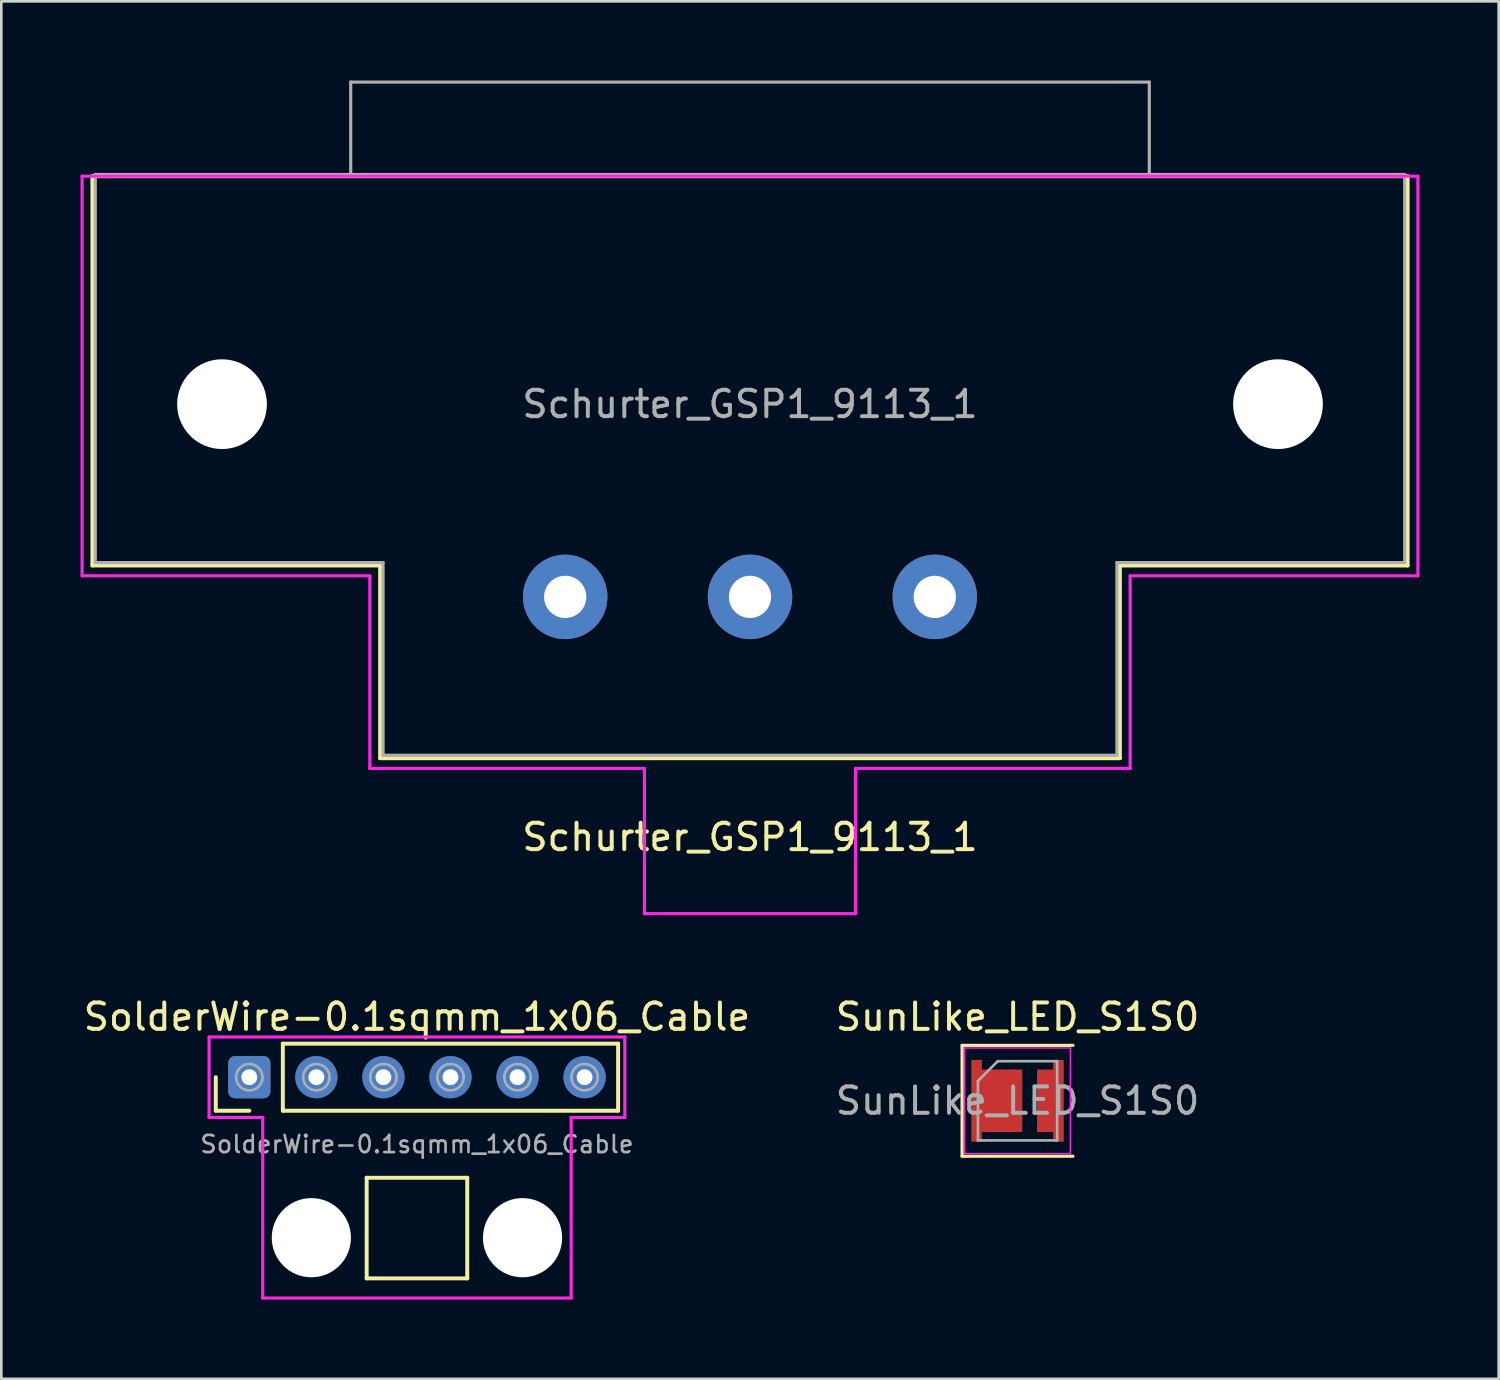
<source format=kicad_pcb>
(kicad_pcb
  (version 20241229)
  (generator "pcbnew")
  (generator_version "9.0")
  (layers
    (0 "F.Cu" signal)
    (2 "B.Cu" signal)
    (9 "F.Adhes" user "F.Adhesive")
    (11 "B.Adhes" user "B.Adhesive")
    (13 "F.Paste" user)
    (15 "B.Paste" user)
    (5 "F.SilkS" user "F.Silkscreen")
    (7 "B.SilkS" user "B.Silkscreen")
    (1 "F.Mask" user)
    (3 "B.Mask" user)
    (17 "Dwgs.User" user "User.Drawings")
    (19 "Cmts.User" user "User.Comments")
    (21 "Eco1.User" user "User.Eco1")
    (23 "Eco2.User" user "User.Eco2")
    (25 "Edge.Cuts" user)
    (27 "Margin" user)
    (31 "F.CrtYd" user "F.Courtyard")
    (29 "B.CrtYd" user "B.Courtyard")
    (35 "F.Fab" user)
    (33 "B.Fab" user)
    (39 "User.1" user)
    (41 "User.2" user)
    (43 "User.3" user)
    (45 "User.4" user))
  (footprint "SunLike_LED_S1S0"
    (layer "F.Cu")
    (at 35.494 38.648)
    (property "Reference" "SunLike_LED_S1S0" (at 0 -3.18 0) (layer "F.SilkS") (effects (font (size 1 1) (thickness 0.15))))
    (attr smd)
    (fp_line (start -2.1 -2.1) (end -2.1 2.1) (stroke (width 0.12) (type solid)) (layer "F.SilkS"))
    (fp_line (start -2.1 2.1) (end 2.1 2.1) (stroke (width 0.12) (type solid)) (layer "F.SilkS"))
    (fp_line (start 2.1 -2.1) (end -2.1 -2.1) (stroke (width 0.12) (type solid)) (layer "F.SilkS"))
    (fp_line (start -2 -2) (end 2 -2) (stroke (width 0.05) (type solid)) (layer "F.CrtYd"))
    (fp_line (start -2 2) (end -2 -2) (stroke (width 0.05) (type solid)) (layer "F.CrtYd"))
    (fp_line (start 2 -2) (end 2 2) (stroke (width 0.05) (type solid)) (layer "F.CrtYd"))
    (fp_line (start 2 2) (end -2 2) (stroke (width 0.05) (type solid)) (layer "F.CrtYd"))
    (fp_line (start -1.5 -0.75) (end -1.5 1.5) (stroke (width 0.1) (type solid)) (layer "F.Fab"))
    (fp_line (start -1.5 1.5) (end 1.5 1.5) (stroke (width 0.1) (type solid)) (layer "F.Fab"))
    (fp_line (start -0.75 -1.5) (end -1.5 -0.75) (stroke (width 0.1) (type solid)) (layer "F.Fab"))
    (fp_line (start 1.5 -1.5) (end -0.75 -1.5) (stroke (width 0.1) (type solid)) (layer "F.Fab"))
    (fp_line (start 1.5 1.5) (end 1.5 -1.5) (stroke (width 0.1) (type solid)) (layer "F.Fab"))
    (fp_text user "${REFERENCE}" (at 0 0 0) (layer "F.Fab") (effects (font (size 1 1) (thickness 0.15))))
    (pad "1" smd custom (at -0.785 0) (size 1 1) (layers "F.Cu" "F.Mask" "F.Paste") (options (anchor rect)) (primitives (gr_poly (pts (xy -0.965 -1.55) (xy -0.565 -1.55) (xy -0.565 -1.185) (xy 0.965 -1.185) (xy 0.965 1.185) (xy -0.565 1.185) (xy -0.565 1.55) (xy -0.965 1.55)) (width 0) (fill yes))))
    (pad "2" smd custom (at 1.245 0) (size 1 1) (layers "F.Cu" "F.Mask" "F.Paste") (options (anchor rect)) (primitives (gr_poly (pts (xy -0.505 -1.185) (xy 0.105 -1.185) (xy 0.105 -1.55) (xy 0.505 -1.55) (xy 0.505 1.55) (xy 0.105 1.55) (xy 0.105 1.185) (xy -0.505 1.185)) (width 0) (fill yes)))))
  (footprint "SolderWire-0.1sqmm_1x06_Cable"
    (layer "F.Cu")
    (at 12.744 37.754)
    (property "Reference" "SolderWire-0.1sqmm_1x06_Cable" (at 0 -2.286 0) (layer "F.SilkS") (effects (font (size 1 1) (thickness 0.15))))
    (attr exclude_from_pos_files exclude_from_bom)
    (fp_line (start -7.62 0) (end -7.62 1.27) (stroke (width 0.15) (type solid)) (layer "F.SilkS"))
    (fp_line (start -7.62 1.27) (end -6.35 1.27) (stroke (width 0.15) (type solid)) (layer "F.SilkS"))
    (fp_line (start -5.08 -1.27) (end 7.62 -1.27) (stroke (width 0.15) (type solid)) (layer "F.SilkS"))
    (fp_line (start -5.08 1.27) (end -5.08 -1.27) (stroke (width 0.15) (type solid)) (layer "F.SilkS"))
    (fp_line (start -1.905 3.81) (end 1.905 3.81) (stroke (width 0.15) (type solid)) (layer "F.SilkS"))
    (fp_line (start -1.905 7.62) (end -1.905 3.81) (stroke (width 0.15) (type solid)) (layer "F.SilkS"))
    (fp_line (start -1.905 7.62) (end 1.905 7.62) (stroke (width 0.15) (type solid)) (layer "F.SilkS"))
    (fp_line (start 1.905 7.62) (end 1.905 3.81) (stroke (width 0.15) (type solid)) (layer "F.SilkS"))
    (fp_line (start 7.62 -1.27) (end 7.62 1.27) (stroke (width 0.15) (type solid)) (layer "F.SilkS"))
    (fp_line (start 7.62 1.27) (end -5.08 1.27) (stroke (width 0.15) (type solid)) (layer "F.SilkS"))
    (fp_line (start -7.874 -1.524) (end 7.874 -1.524) (stroke (width 0.12) (type solid)) (layer "F.CrtYd"))
    (fp_line (start -7.874 1.524) (end -7.874 -1.524) (stroke (width 0.12) (type solid)) (layer "F.CrtYd"))
    (fp_line (start -5.842 1.524) (end -7.874 1.524) (stroke (width 0.12) (type solid)) (layer "F.CrtYd"))
    (fp_line (start -5.842 8.366) (end -5.842 1.524) (stroke (width 0.12) (type solid)) (layer "F.CrtYd"))
    (fp_line (start 5.842 1.524) (end 5.842 8.366) (stroke (width 0.12) (type solid)) (layer "F.CrtYd"))
    (fp_line (start 5.842 8.366) (end -5.842 8.366) (stroke (width 0.12) (type solid)) (layer "F.CrtYd"))
    (fp_line (start 7.874 -1.524) (end 7.874 1.524) (stroke (width 0.12) (type solid)) (layer "F.CrtYd"))
    (fp_line (start 7.874 1.524) (end 5.842 1.524) (stroke (width 0.12) (type solid)) (layer "F.CrtYd"))
    (fp_circle (center -6.35 0) (end -5.85 0) (stroke (width 0.1) (type solid)) (fill no) (layer "F.Fab"))
    (fp_circle (center -3.81 0) (end -3.31 0) (stroke (width 0.1) (type solid)) (fill no) (layer "F.Fab"))
    (fp_circle (center -1.27 0) (end -0.77 0) (stroke (width 0.1) (type solid)) (fill no) (layer "F.Fab"))
    (fp_circle (center 1.27 0) (end 1.77 0) (stroke (width 0.1) (type solid)) (fill no) (layer "F.Fab"))
    (fp_circle (center 3.81 0) (end 4.31 0) (stroke (width 0.1) (type solid)) (fill no) (layer "F.Fab"))
    (fp_circle (center 6.35 0) (end 6.85 0) (stroke (width 0.1) (type solid)) (fill no) (layer "F.Fab"))
    (fp_text user "${REFERENCE}" (at 0 2.54 180) (layer "F.Fab") (effects (font (size 0.65 0.65) (thickness 0.1))))
    (pad "" np_thru_hole circle (at -4 6.08) (size 3 3) (drill 3) (layers "*.Cu" "*.Mask"))
    (pad "" np_thru_hole circle (at 4 6.08) (size 3 3) (drill 3) (layers "*.Cu" "*.Mask"))
    (pad "1" thru_hole roundrect (at -6.35 0) (size 1.6 1.6) (drill 0.6) (layers "*.Cu" "*.Mask") (roundrect_rratio 0.156))
    (pad "2" thru_hole circle (at -3.81 0) (size 1.6 1.6) (drill 0.6) (layers "*.Cu" "*.Mask"))
    (pad "3" thru_hole circle (at -1.27 0) (size 1.6 1.6) (drill 0.6) (layers "*.Cu" "*.Mask"))
    (pad "4" thru_hole circle (at 1.27 0) (size 1.6 1.6) (drill 0.6) (layers "*.Cu" "*.Mask"))
    (pad "5" thru_hole circle (at 3.81 0) (size 1.6 1.6) (drill 0.6) (layers "*.Cu" "*.Mask"))
    (pad "6" thru_hole circle (at 6.35 0) (size 1.6 1.6) (drill 0.6) (layers "*.Cu" "*.Mask")))
  (footprint "Schurter_GSP1_9113_1"
    (layer "F.Cu")
    (at 25.36 12.26)
    (property "Reference" "Schurter_GSP1_9113_1" (at 0 16.4 0) (layer "F.SilkS") (effects (font (size 1 1) (thickness 0.15))))
    (attr through_hole)
    (fp_line (start -24.91 -8.636) (end -24.91 6.11) (stroke (width 0.15) (type solid)) (layer "F.SilkS"))
    (fp_line (start -24.91 6.11) (end -14.01 6.11) (stroke (width 0.15) (type solid)) (layer "F.SilkS"))
    (fp_line (start -14.01 6.11) (end -14.01 13.41) (stroke (width 0.15) (type solid)) (layer "F.SilkS"))
    (fp_line (start -14.01 13.41) (end 14.01 13.41) (stroke (width 0.15) (type solid)) (layer "F.SilkS"))
    (fp_line (start 14.01 6.11) (end 24.91 6.11) (stroke (width 0.15) (type solid)) (layer "F.SilkS"))
    (fp_line (start 14.01 13.41) (end 14.01 6.11) (stroke (width 0.15) (type solid)) (layer "F.SilkS"))
    (fp_line (start 24.91 -8.636) (end -24.91 -8.636) (stroke (width 0.15) (type solid)) (layer "F.SilkS"))
    (fp_line (start 24.91 6.11) (end 24.91 -8.636) (stroke (width 0.15) (type solid)) (layer "F.SilkS"))
    (fp_line (start -25.3 -8.636) (end -25.3 6.5) (stroke (width 0.12) (type solid)) (layer "F.CrtYd"))
    (fp_line (start -25.3 6.5) (end -14.4 6.5) (stroke (width 0.12) (type solid)) (layer "F.CrtYd"))
    (fp_line (start -14.4 6.5) (end -14.4 13.8) (stroke (width 0.12) (type solid)) (layer "F.CrtYd"))
    (fp_line (start -14.4 13.8) (end -4 13.8) (stroke (width 0.12) (type solid)) (layer "F.CrtYd"))
    (fp_line (start -4 13.8) (end -4 19.3) (stroke (width 0.12) (type solid)) (layer "F.CrtYd"))
    (fp_line (start -4 19.3) (end 4 19.3) (stroke (width 0.12) (type solid)) (layer "F.CrtYd"))
    (fp_line (start 4 13.8) (end 4 19.3) (stroke (width 0.12) (type solid)) (layer "F.CrtYd"))
    (fp_line (start 4 13.8) (end 14.4 13.8) (stroke (width 0.12) (type solid)) (layer "F.CrtYd"))
    (fp_line (start 14.4 6.5) (end 14.4 13.8) (stroke (width 0.12) (type solid)) (layer "F.CrtYd"))
    (fp_line (start 14.4 6.5) (end 25.3 6.5) (stroke (width 0.12) (type solid)) (layer "F.CrtYd"))
    (fp_line (start 25.3 -8.636) (end -25.3 -8.636) (stroke (width 0.12) (type solid)) (layer "F.CrtYd"))
    (fp_line (start 25.3 6.5) (end 25.3 -8.636) (stroke (width 0.12) (type solid)) (layer "F.CrtYd"))
    (fp_line (start -24.8 -8.7) (end -24.8 6) (stroke (width 0.12) (type solid)) (layer "F.Fab"))
    (fp_line (start -24.8 -8.7) (end 24.8 -8.7) (stroke (width 0.12) (type solid)) (layer "F.Fab"))
    (fp_line (start -24.8 6) (end -13.9 6) (stroke (width 0.12) (type solid)) (layer "F.Fab"))
    (fp_line (start -15.125 -12.2) (end -15.125 -8.7) (stroke (width 0.12) (type solid)) (layer "F.Fab"))
    (fp_line (start -15.125 -12.2) (end 15.125 -12.2) (stroke (width 0.12) (type solid)) (layer "F.Fab"))
    (fp_line (start -13.9 13.3) (end -13.9 6) (stroke (width 0.12) (type solid)) (layer "F.Fab"))
    (fp_line (start -13.9 13.3) (end 13.9 13.3) (stroke (width 0.12) (type solid)) (layer "F.Fab"))
    (fp_line (start 13.9 6) (end 24.8 6) (stroke (width 0.12) (type solid)) (layer "F.Fab"))
    (fp_line (start 13.9 13.3) (end 13.9 6) (stroke (width 0.12) (type solid)) (layer "F.Fab"))
    (fp_line (start 15.125 -12.2) (end 15.125 -8.7) (stroke (width 0.12) (type solid)) (layer "F.Fab"))
    (fp_line (start 24.8 -8.7) (end 24.8 6) (stroke (width 0.12) (type solid)) (layer "F.Fab"))
    (fp_text user "${REFERENCE}" (at 0 0 0) (layer "F.Fab") (effects (font (size 1 1) (thickness 0.15))))
    (pad "" np_thru_hole circle (at -20 0) (size 3.4 3.4) (drill 3.4) (layers "*.Cu" "*.Mask"))
    (pad "" np_thru_hole circle (at 20 0) (size 3.4 3.4) (drill 3.4) (layers "*.Cu" "*.Mask"))
    (pad "1" thru_hole circle (at 7 7.3) (size 3.2 3.2) (drill 1.6) (layers "*.Cu" "*.Mask"))
    (pad "2" thru_hole circle (at -7 7.3) (size 3.2 3.2) (drill 1.6) (layers "*.Cu" "*.Mask"))
    (pad "3" thru_hole circle (at 0 7.3) (size 3.2 3.2) (drill 1.6) (layers "*.Cu" "*.Mask")))
  (gr_rect
    (start -3 -3)
    (end 53.72 49.18)
    (stroke (width 0.1) (type default))
    (fill no)
    (layer "Edge.Cuts")))
</source>
